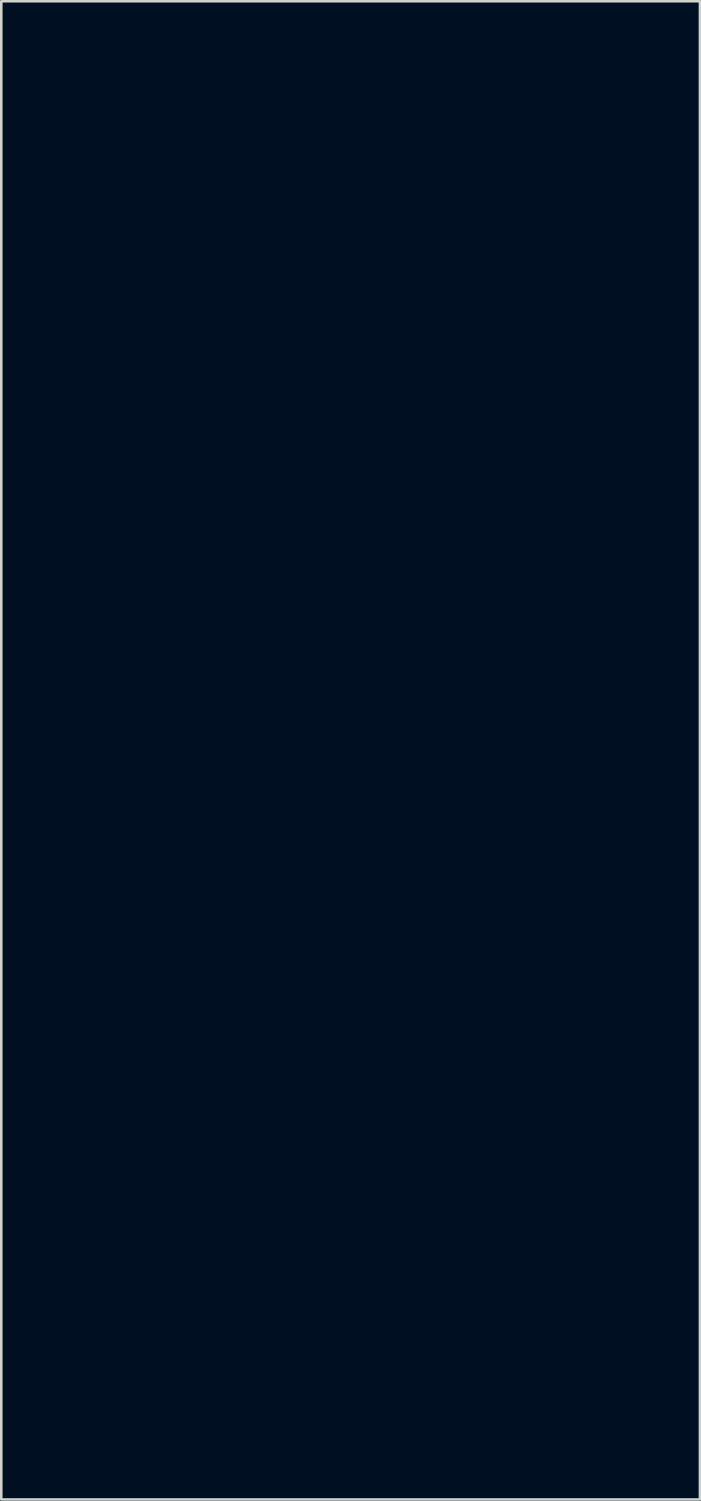
<source format=kicad_pcb>
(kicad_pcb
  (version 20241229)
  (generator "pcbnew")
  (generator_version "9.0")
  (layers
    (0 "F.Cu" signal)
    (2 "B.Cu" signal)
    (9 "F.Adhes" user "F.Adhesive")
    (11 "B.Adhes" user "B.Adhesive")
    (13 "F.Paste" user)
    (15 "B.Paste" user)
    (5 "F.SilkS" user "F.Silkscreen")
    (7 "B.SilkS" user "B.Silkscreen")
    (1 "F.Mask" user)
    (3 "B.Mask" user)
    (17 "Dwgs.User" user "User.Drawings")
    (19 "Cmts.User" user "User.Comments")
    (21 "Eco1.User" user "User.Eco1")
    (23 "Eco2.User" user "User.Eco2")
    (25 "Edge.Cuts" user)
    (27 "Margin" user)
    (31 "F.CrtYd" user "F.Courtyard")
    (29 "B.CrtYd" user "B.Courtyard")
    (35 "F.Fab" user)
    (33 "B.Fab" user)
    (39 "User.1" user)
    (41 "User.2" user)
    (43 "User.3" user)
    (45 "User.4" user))
  (footprint "Raspberry_pi_pico_3D"
    (layer "F.Cu")
    (at 0.25 1.23)
    (property "Reference" "Raspberry_pi_pico_3D" (at 10.54 21.08 0) (unlocked yes) (layer "Eco1.User") (effects (font (size 1 1) (thickness 0.15))))
    (fp_line (start -0.000001 51.23) (end 20.98 51.23) (stroke (width 0.12) (type solid)) (layer "Eco1.User"))
    (fp_line (start 0 0) (end -0.000001 51.23) (stroke (width 0.12) (type solid)) (layer "Eco1.User"))
    (fp_line (start 6.993 -1.17) (end 6.993 0) (stroke (width 0.12) (type solid)) (layer "Eco1.User"))
    (fp_line (start 6.993 0) (end 0 0) (stroke (width 0.12) (type solid)) (layer "Eco1.User"))
    (fp_line (start 13.987 -1.17) (end 6.993 -1.17) (stroke (width 0.12) (type solid)) (layer "Eco1.User"))
    (fp_line (start 13.987 0) (end 13.987 -1.17) (stroke (width 0.12) (type solid)) (layer "Eco1.User"))
    (fp_line (start 20.98 51.23) (end 20.98 0) (stroke (width 0.12) (type solid)) (layer "Eco1.User"))
    (fp_line (start 20.98 0) (end 13.987 0) (stroke (width 0.12) (type solid)) (layer "Eco1.User")))
  (gr_rect
    (start -3 -3)
    (end 24.29 55.52)
    (stroke (width 0.1) (type default))
    (fill no)
    (layer "Edge.Cuts")))
</source>
